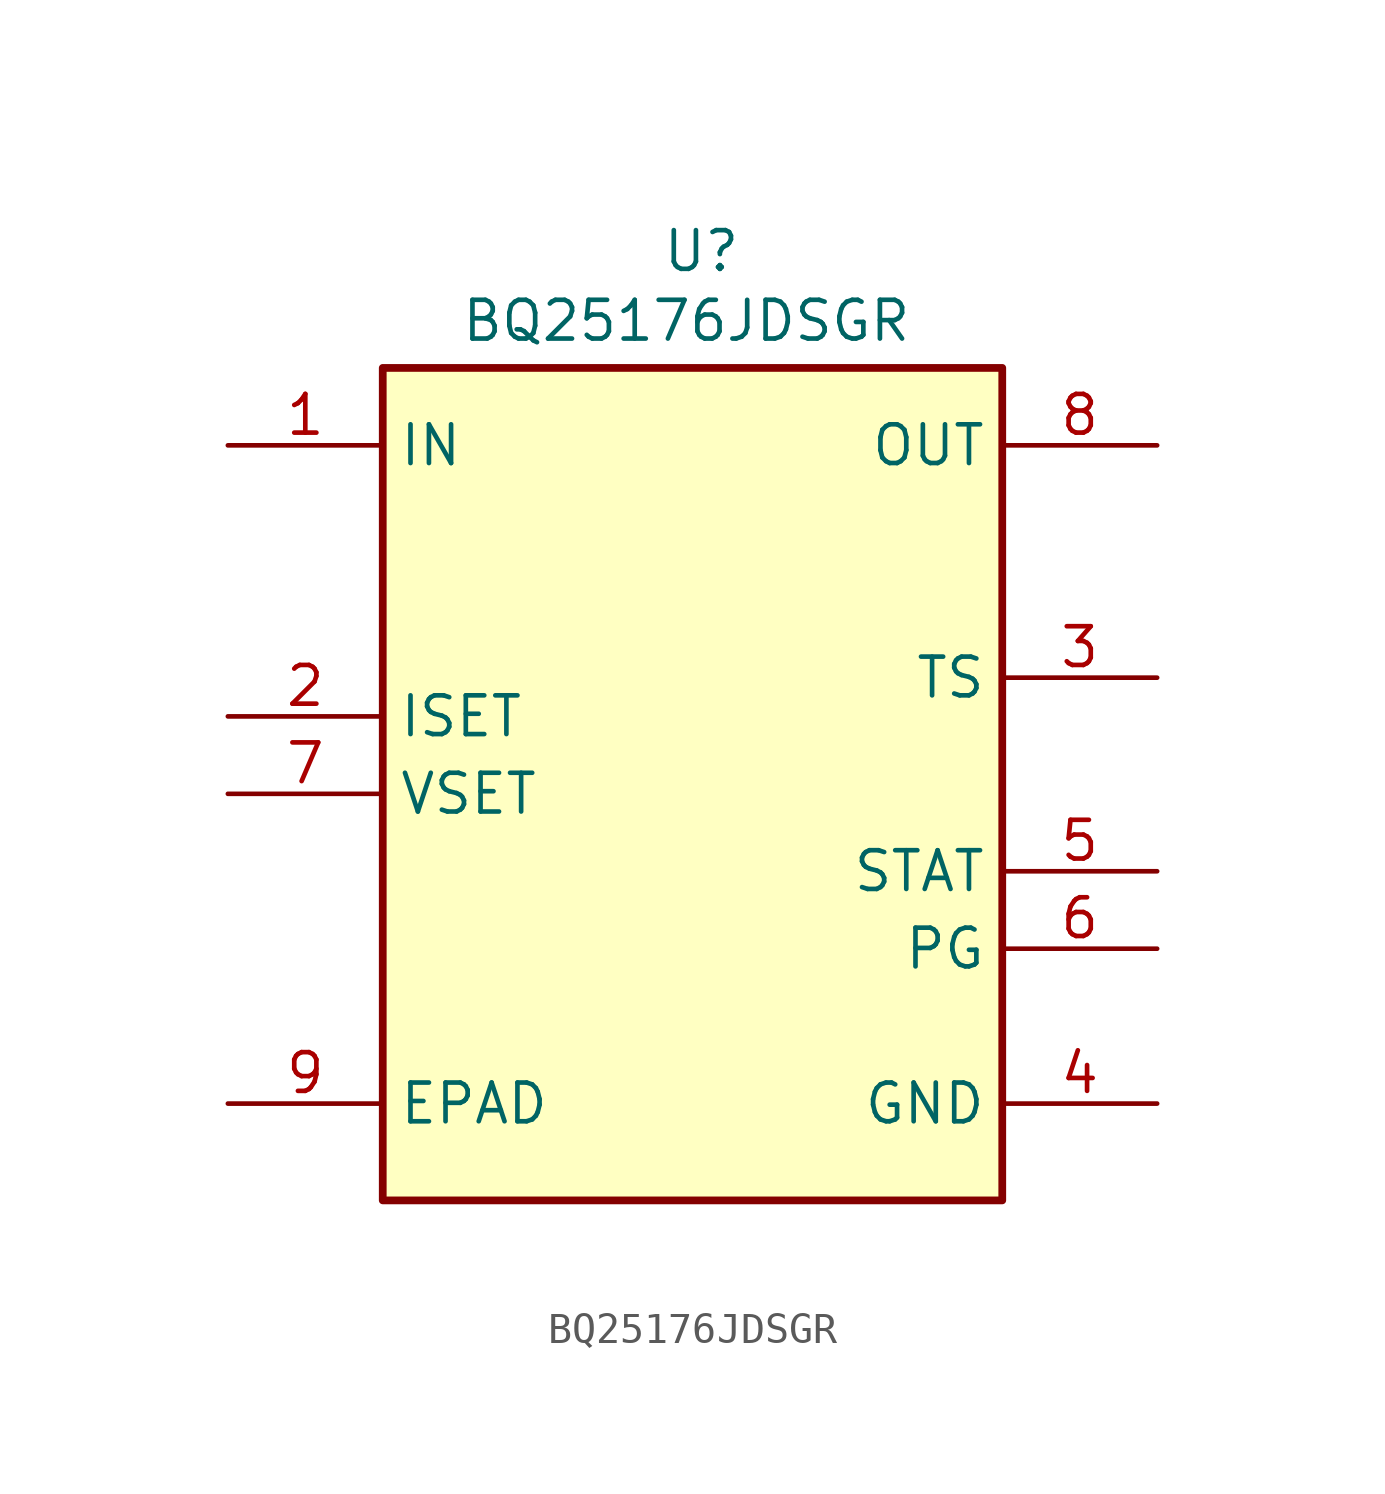
<source format=kicad_sym>
(kicad_symbol_lib
  (version 20231120)
  (generator "kicad_symbol_editor")
  (generator_version "8.0")
  (symbol "BQ25176JDSGR"
    (property "Reference" "U"
      (at 14.224 7.112 0)
      (effects (font (size 1.27 1.27)) (justify left top)))
    (property "Value" "BQ25176JDSGR"
      (at 7.62 4.826 0)
      (effects (font (size 1.27 1.27)) (justify left top)))
    (symbol "BQ25176JDSGR_1_1"
      (rectangle (start 5.08 2.54) (end 25.4 -24.765) (stroke (width 0.254) (type default)) (fill (type background)))
      (pin passive line (at 0 0 0) (length 5.08) (name "IN" (effects (font (size 1.27 1.27)))) (number "1" (effects (font (size 1.27 1.27)))))
      (pin passive line (at 0 -8.89 0) (length 5.08) (name "ISET" (effects (font (size 1.27 1.27)))) (number "2" (effects (font (size 1.27 1.27)))))
      (pin passive line (at 30.48 -7.62 180) (length 5.08) (name "TS" (effects (font (size 1.27 1.27)))) (number "3" (effects (font (size 1.27 1.27)))))
      (pin passive line (at 30.48 -21.59 180) (length 5.08) (name "GND" (effects (font (size 1.27 1.27)))) (number "4" (effects (font (size 1.27 1.27)))))
      (pin passive line (at 30.48 -13.97 180) (length 5.08) (name "STAT" (effects (font (size 1.27 1.27)))) (number "5" (effects (font (size 1.27 1.27)))))
      (pin passive line (at 30.48 -16.51 180) (length 5.08) (name "PG" (effects (font (size 1.27 1.27)))) (number "6" (effects (font (size 1.27 1.27)))))
      (pin passive line (at 0 -11.43 0) (length 5.08) (name "VSET" (effects (font (size 1.27 1.27)))) (number "7" (effects (font (size 1.27 1.27)))))
      (pin passive line (at 30.48 0 180) (length 5.08) (name "OUT" (effects (font (size 1.27 1.27)))) (number "8" (effects (font (size 1.27 1.27)))))
      (pin passive line (at 0 -21.59 0) (length 5.08) (name "EPAD" (effects (font (size 1.27 1.27)))) (number "9" (effects (font (size 1.27 1.27))))))))
</source>
